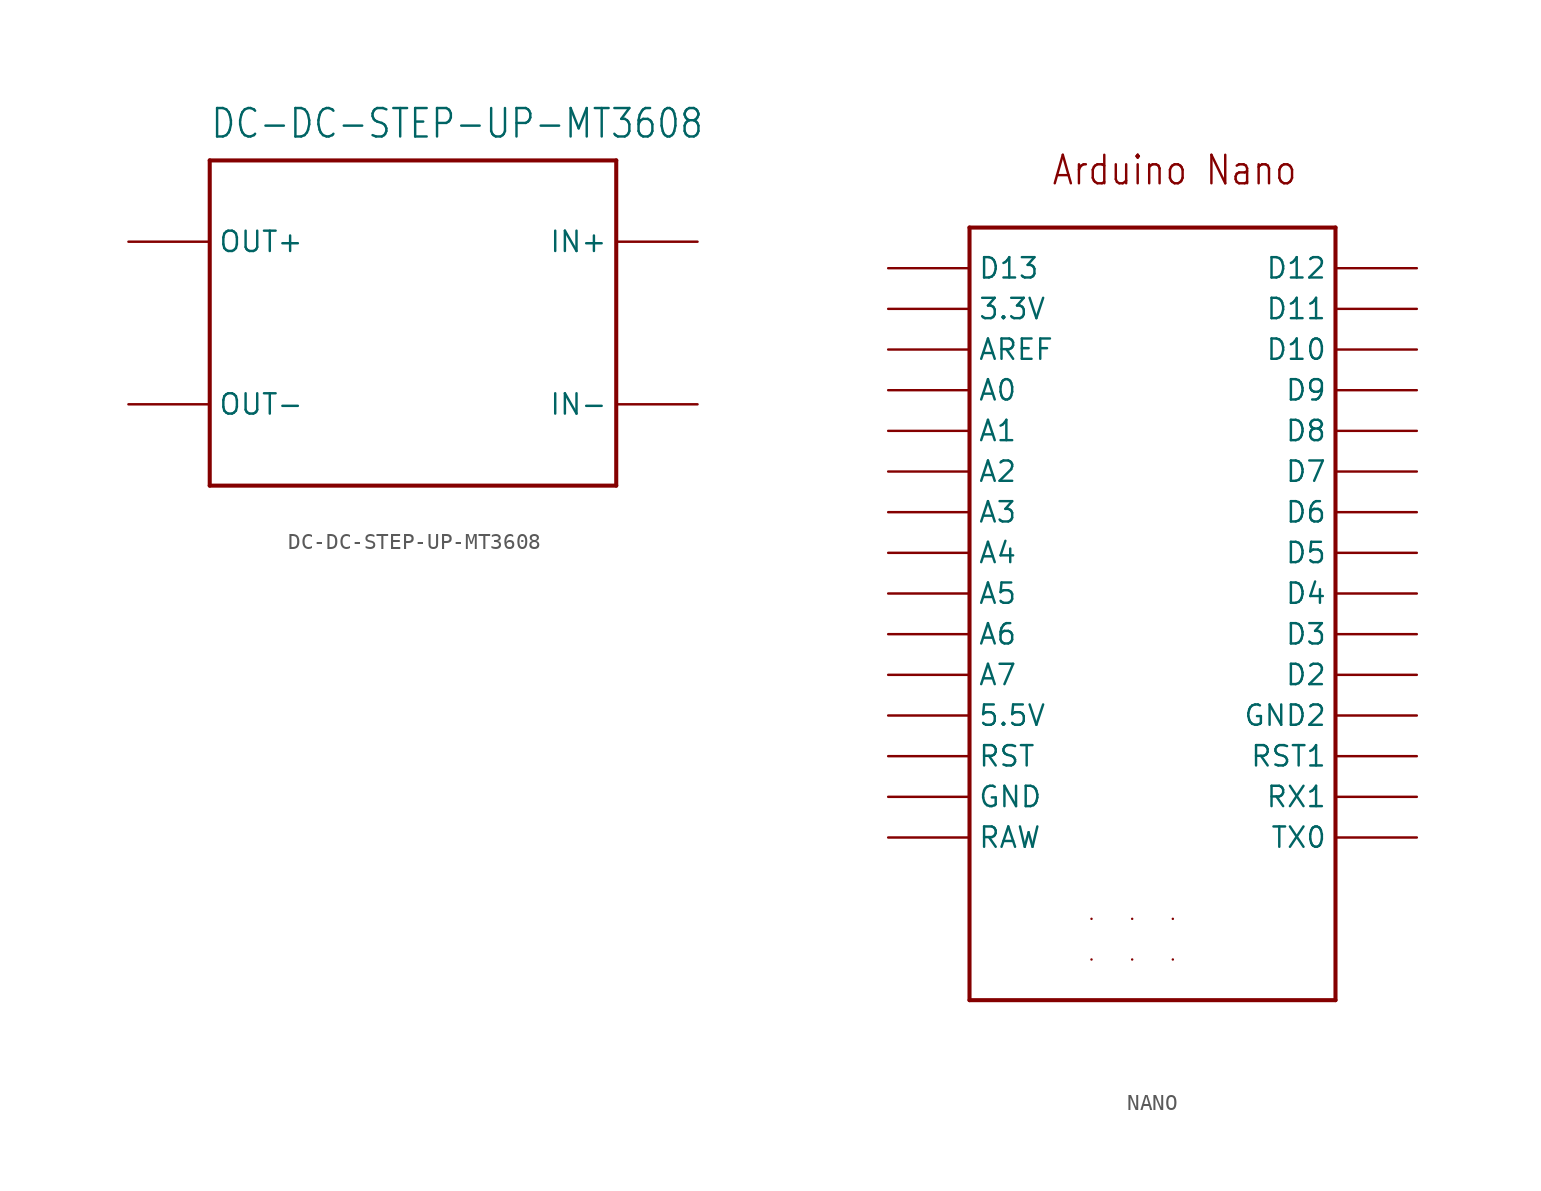
<source format=kicad_sym>
(kicad_symbol_lib
  (version 20220914)
  (generator kicad_symbol_editor)
  (symbol "DC-DC-STEP-UP-MT3608"
    (property "Reference" "U2"
      (at -12.7 15.24 0)
      (effects (font (size 1.778 1.511)) (justify left bottom) hide))
    (property "Value" "DC-DC-STEP-UP-MT3608"
      (at -12.7 11.43 0)
      (effects (font (size 1.778 1.511)) (justify left bottom)))
    (property "ki_locked" ""
      (at 0 0 0)
      (effects (font (size 1.27 1.27))))
    (symbol "DC-DC-STEP-UP-MT3608_1_0"
      (polyline (pts (xy -12.7 -10.16) (xy -12.7 10.16)) (stroke (width 0.254) (type solid)) (fill (type none)))
      (polyline (pts (xy -12.7 10.16) (xy 12.7 10.16)) (stroke (width 0.254) (type solid)) (fill (type none)))
      (polyline (pts (xy 12.7 -10.16) (xy -12.7 -10.16)) (stroke (width 0.254) (type solid)) (fill (type none)))
      (polyline (pts (xy 12.7 10.16) (xy 12.7 -10.16)) (stroke (width 0.254) (type solid)) (fill (type none)))
      (pin bidirectional line (at 17.78 5.08 180) (length 5.08) (name "IN+" (effects (font (size 1.27 1.27)))) (number "IN+" (effects (font (size 0 0)))))
      (pin bidirectional line (at 17.78 -5.08 180) (length 5.08) (name "IN-" (effects (font (size 1.27 1.27)))) (number "IN-" (effects (font (size 0 0)))))
      (pin bidirectional line (at -17.78 5.08 0) (length 5.08) (name "OUT+" (effects (font (size 1.27 1.27)))) (number "OUT+" (effects (font (size 0 0)))))
      (pin bidirectional line (at -17.78 -5.08 0) (length 5.08) (name "OUT-" (effects (font (size 1.27 1.27)))) (number "OUT-" (effects (font (size 0 0)))))))
  (symbol "NANO"
    (property "Reference" "U1"
      (at 0 0 0)
      (effects (font (size 1.27 1.27)) hide))
    (property "ki_locked" ""
      (at 0 0 0)
      (effects (font (size 1.27 1.27))))
    (symbol "NANO_1_0"
      (polyline (pts (xy -17.78 -30.48) (xy 5.08 -30.48)) (stroke (width 0.254) (type solid)) (fill (type none)))
      (polyline (pts (xy -17.78 17.78) (xy -17.78 -30.48)) (stroke (width 0.254) (type solid)) (fill (type none)))
      (polyline (pts (xy 5.08 -30.48) (xy 5.08 17.78)) (stroke (width 0.254) (type solid)) (fill (type none)))
      (polyline (pts (xy 5.08 17.78) (xy -17.78 17.78)) (stroke (width 0.254) (type solid)) (fill (type none)))
      (text "Arduino Nano" (at -12.7 20.32 0) (effects (font (size 1.778 1.511)) (justify left bottom)))
      (pin bidirectional line (at -22.86 12.7 0) (length 5.08) (name "3.3V" (effects (font (size 1.27 1.27)))) (number "3.3V" (effects (font (size 0 0)))))
      (pin bidirectional line (at -22.86 -12.7 0) (length 5.08) (name "5.5V" (effects (font (size 1.27 1.27)))) (number "5V" (effects (font (size 0 0)))))
      (pin bidirectional line (at -22.86 7.62 0) (length 5.08) (name "A0" (effects (font (size 1.27 1.27)))) (number "A0" (effects (font (size 0 0)))))
      (pin bidirectional line (at -22.86 5.08 0) (length 5.08) (name "A1" (effects (font (size 1.27 1.27)))) (number "A1" (effects (font (size 0 0)))))
      (pin bidirectional line (at -22.86 2.54 0) (length 5.08) (name "A2" (effects (font (size 1.27 1.27)))) (number "A2" (effects (font (size 0 0)))))
      (pin bidirectional line (at -22.86 0 0) (length 5.08) (name "A3" (effects (font (size 1.27 1.27)))) (number "A3" (effects (font (size 0 0)))))
      (pin bidirectional line (at -22.86 -2.54 0) (length 5.08) (name "A4" (effects (font (size 1.27 1.27)))) (number "A4" (effects (font (size 0 0)))))
      (pin bidirectional line (at -22.86 -5.08 0) (length 5.08) (name "A5" (effects (font (size 1.27 1.27)))) (number "A5" (effects (font (size 0 0)))))
      (pin bidirectional line (at -22.86 -7.62 0) (length 5.08) (name "A6" (effects (font (size 1.27 1.27)))) (number "A6" (effects (font (size 0 0)))))
      (pin bidirectional line (at -22.86 -10.16 0) (length 5.08) (name "A7" (effects (font (size 1.27 1.27)))) (number "A7" (effects (font (size 0 0)))))
      (pin bidirectional line (at -22.86 10.16 0) (length 5.08) (name "AREF" (effects (font (size 1.27 1.27)))) (number "AREF" (effects (font (size 0 0)))))
      (pin bidirectional line (at 10.16 10.16 180) (length 5.08) (name "D10" (effects (font (size 1.27 1.27)))) (number "D10" (effects (font (size 0 0)))))
      (pin bidirectional line (at 10.16 12.7 180) (length 5.08) (name "D11" (effects (font (size 1.27 1.27)))) (number "D11" (effects (font (size 0 0)))))
      (pin bidirectional line (at 10.16 15.24 180) (length 5.08) (name "D12" (effects (font (size 1.27 1.27)))) (number "D12" (effects (font (size 0 0)))))
      (pin bidirectional line (at -22.86 15.24 0) (length 5.08) (name "D13" (effects (font (size 1.27 1.27)))) (number "D13" (effects (font (size 0 0)))))
      (pin bidirectional line (at 10.16 -10.16 180) (length 5.08) (name "D2" (effects (font (size 1.27 1.27)))) (number "D2" (effects (font (size 0 0)))))
      (pin bidirectional line (at 10.16 -7.62 180) (length 5.08) (name "D3" (effects (font (size 1.27 1.27)))) (number "D3" (effects (font (size 0 0)))))
      (pin bidirectional line (at 10.16 -5.08 180) (length 5.08) (name "D4" (effects (font (size 1.27 1.27)))) (number "D4" (effects (font (size 0 0)))))
      (pin bidirectional line (at 10.16 -2.54 180) (length 5.08) (name "D5" (effects (font (size 1.27 1.27)))) (number "D5" (effects (font (size 0 0)))))
      (pin bidirectional line (at 10.16 0 180) (length 5.08) (name "D6" (effects (font (size 1.27 1.27)))) (number "D6" (effects (font (size 0 0)))))
      (pin bidirectional line (at 10.16 2.54 180) (length 5.08) (name "D7" (effects (font (size 1.27 1.27)))) (number "D7" (effects (font (size 0 0)))))
      (pin bidirectional line (at 10.16 5.08 180) (length 5.08) (name "D8" (effects (font (size 1.27 1.27)))) (number "D8" (effects (font (size 0 0)))))
      (pin bidirectional line (at 10.16 7.62 180) (length 5.08) (name "D9" (effects (font (size 1.27 1.27)))) (number "D9" (effects (font (size 0 0)))))
      (pin bidirectional line (at -22.86 -17.78 0) (length 5.08) (name "GND" (effects (font (size 1.27 1.27)))) (number "GND" (effects (font (size 0 0)))))
      (pin bidirectional line (at 10.16 -12.7 180) (length 5.08) (name "GND2" (effects (font (size 1.27 1.27)))) (number "GND1" (effects (font (size 0 0)))))
      (pin bidirectional line (at -10.16 -27.94 270) (length 0) (name "ICSP1" (effects (font (size 0 0)))) (number "ICSP1" (effects (font (size 0 0)))))
      (pin bidirectional line (at -10.16 -25.4 270) (length 0) (name "ICSP2" (effects (font (size 0 0)))) (number "ICSP2" (effects (font (size 0 0)))))
      (pin bidirectional line (at -7.62 -27.94 270) (length 0) (name "ICSP3" (effects (font (size 0 0)))) (number "ICSP3" (effects (font (size 0 0)))))
      (pin bidirectional line (at -7.62 -25.4 270) (length 0) (name "ICSP4" (effects (font (size 0 0)))) (number "ICSP4" (effects (font (size 0 0)))))
      (pin bidirectional line (at -5.08 -27.94 270) (length 0) (name "ICSP5" (effects (font (size 0 0)))) (number "ICSP5" (effects (font (size 0 0)))))
      (pin bidirectional line (at -5.08 -25.4 270) (length 0) (name "ICSP6" (effects (font (size 0 0)))) (number "ICSP6" (effects (font (size 0 0)))))
      (pin bidirectional line (at -22.86 -20.32 0) (length 5.08) (name "RAW" (effects (font (size 1.27 1.27)))) (number "RAW" (effects (font (size 0 0)))))
      (pin bidirectional line (at -22.86 -15.24 0) (length 5.08) (name "RST" (effects (font (size 1.27 1.27)))) (number "RST" (effects (font (size 0 0)))))
      (pin bidirectional line (at 10.16 -15.24 180) (length 5.08) (name "RST1" (effects (font (size 1.27 1.27)))) (number "RST1" (effects (font (size 0 0)))))
      (pin bidirectional line (at 10.16 -17.78 180) (length 5.08) (name "RX1" (effects (font (size 1.27 1.27)))) (number "RX1" (effects (font (size 0 0)))))
      (pin bidirectional line (at 10.16 -20.32 180) (length 5.08) (name "TX0" (effects (font (size 1.27 1.27)))) (number "TX0" (effects (font (size 0 0))))))))
</source>
